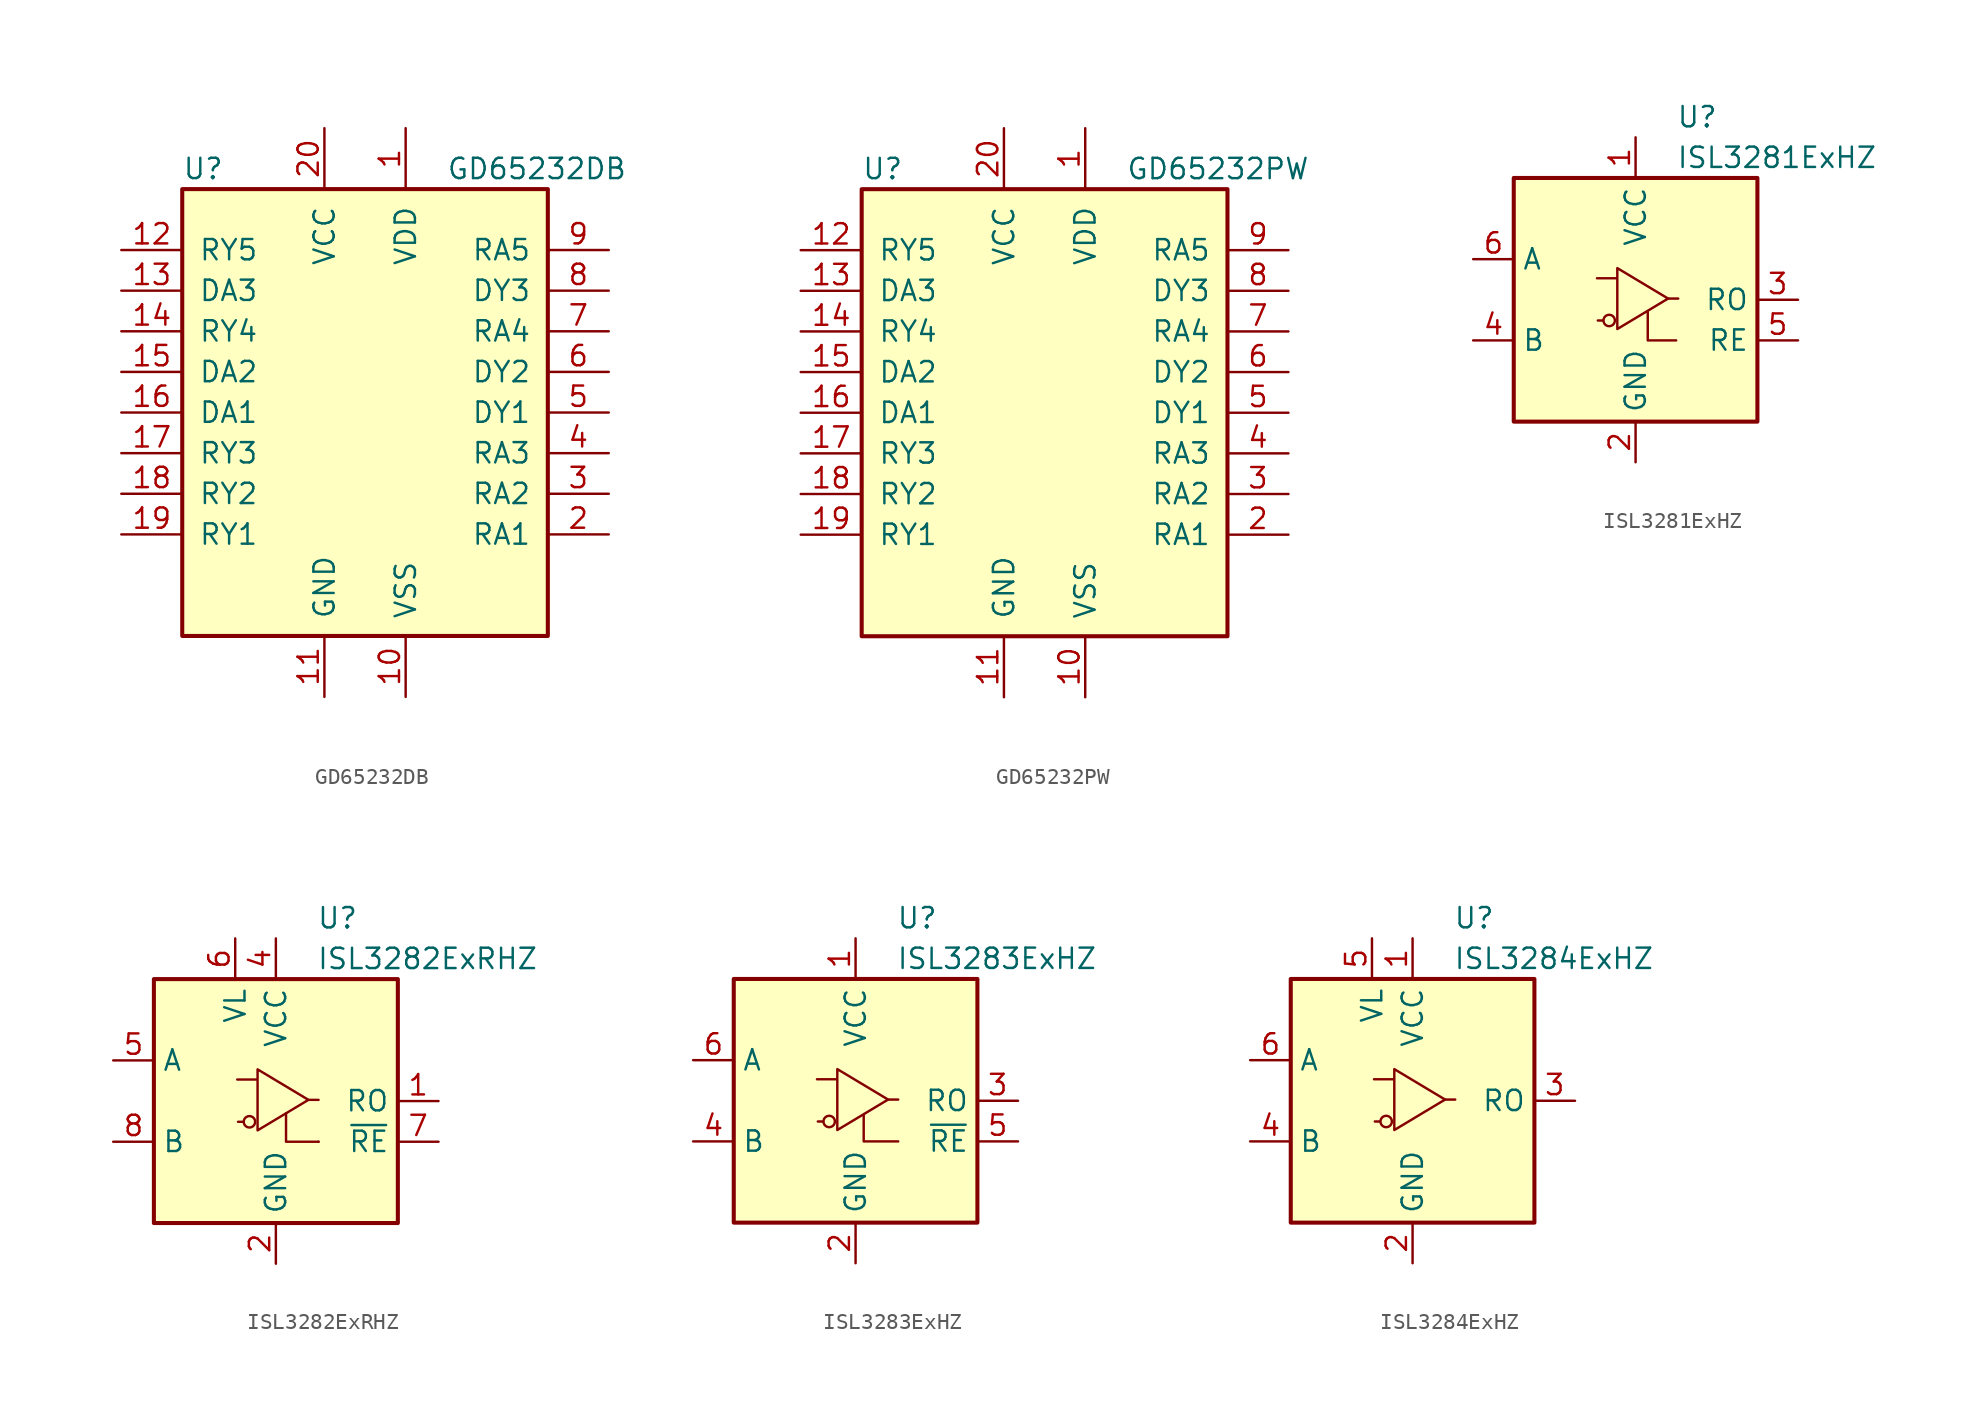
<source format=kicad_sym>
(kicad_symbol_lib
  (version 20201005)
  (generator kicad_symbol_editor)
  (symbol "Interface_UART:GD65232DB"
    (pin_names
      (offset 1.016))
    (property "Reference" "U"
      (at -11.43 15.24 0)
      (effects (font (size 1.27 1.27)) (justify left)))
    (property "Value" "GD65232DB"
      (at 5.08 15.24 0)
      (effects (font (size 1.27 1.27)) (justify left)))
    (symbol "GD65232DB_0_1"
      (rectangle (start -11.43 13.97) (end 11.43 -13.97) (stroke (width 0.254)) (fill (type background))))
    (symbol "GD65232DB_1_1"
      (pin power_in line (at 2.54 17.78 270) (length 3.81) (name "VDD" (effects (font (size 1.27 1.27)))) (number "1" (effects (font (size 1.27 1.27)))))
      (pin power_in line (at 2.54 -17.78 90) (length 3.81) (name "VSS" (effects (font (size 1.27 1.27)))) (number "10" (effects (font (size 1.27 1.27)))))
      (pin power_in line (at -2.54 -17.78 90) (length 3.81) (name "GND" (effects (font (size 1.27 1.27)))) (number "11" (effects (font (size 1.27 1.27)))))
      (pin output line (at -15.24 10.16 0) (length 3.81) (name "RY5" (effects (font (size 1.27 1.27)))) (number "12" (effects (font (size 1.27 1.27)))))
      (pin input line (at -15.24 7.62 0) (length 3.81) (name "DA3" (effects (font (size 1.27 1.27)))) (number "13" (effects (font (size 1.27 1.27)))))
      (pin output line (at -15.24 5.08 0) (length 3.81) (name "RY4" (effects (font (size 1.27 1.27)))) (number "14" (effects (font (size 1.27 1.27)))))
      (pin input line (at -15.24 2.54 0) (length 3.81) (name "DA2" (effects (font (size 1.27 1.27)))) (number "15" (effects (font (size 1.27 1.27)))))
      (pin input line (at -15.24 0 0) (length 3.81) (name "DA1" (effects (font (size 1.27 1.27)))) (number "16" (effects (font (size 1.27 1.27)))))
      (pin output line (at -15.24 -2.54 0) (length 3.81) (name "RY3" (effects (font (size 1.27 1.27)))) (number "17" (effects (font (size 1.27 1.27)))))
      (pin output line (at -15.24 -5.08 0) (length 3.81) (name "RY2" (effects (font (size 1.27 1.27)))) (number "18" (effects (font (size 1.27 1.27)))))
      (pin output line (at -15.24 -7.62 0) (length 3.81) (name "RY1" (effects (font (size 1.27 1.27)))) (number "19" (effects (font (size 1.27 1.27)))))
      (pin input line (at 15.24 -7.62 180) (length 3.81) (name "RA1" (effects (font (size 1.27 1.27)))) (number "2" (effects (font (size 1.27 1.27)))))
      (pin power_in line (at -2.54 17.78 270) (length 3.81) (name "VCC" (effects (font (size 1.27 1.27)))) (number "20" (effects (font (size 1.27 1.27)))))
      (pin input line (at 15.24 -5.08 180) (length 3.81) (name "RA2" (effects (font (size 1.27 1.27)))) (number "3" (effects (font (size 1.27 1.27)))))
      (pin input line (at 15.24 -2.54 180) (length 3.81) (name "RA3" (effects (font (size 1.27 1.27)))) (number "4" (effects (font (size 1.27 1.27)))))
      (pin output line (at 15.24 0 180) (length 3.81) (name "DY1" (effects (font (size 1.27 1.27)))) (number "5" (effects (font (size 1.27 1.27)))))
      (pin output line (at 15.24 2.54 180) (length 3.81) (name "DY2" (effects (font (size 1.27 1.27)))) (number "6" (effects (font (size 1.27 1.27)))))
      (pin input line (at 15.24 5.08 180) (length 3.81) (name "RA4" (effects (font (size 1.27 1.27)))) (number "7" (effects (font (size 1.27 1.27)))))
      (pin output line (at 15.24 7.62 180) (length 3.81) (name "DY3" (effects (font (size 1.27 1.27)))) (number "8" (effects (font (size 1.27 1.27)))))
      (pin input line (at 15.24 10.16 180) (length 3.81) (name "RA5" (effects (font (size 1.27 1.27)))) (number "9" (effects (font (size 1.27 1.27)))))))
  (symbol "Interface_UART:GD65232PW"
    (pin_names
      (offset 1.016))
    (property "Reference" "U"
      (at -11.43 15.24 0)
      (effects (font (size 1.27 1.27)) (justify left)))
    (property "Value" "GD65232PW"
      (at 5.08 15.24 0)
      (effects (font (size 1.27 1.27)) (justify left)))
    (symbol "GD65232PW_0_1"
      (rectangle (start -11.43 13.97) (end 11.43 -13.97) (stroke (width 0.254)) (fill (type background))))
    (symbol "GD65232PW_1_1"
      (pin power_in line (at 2.54 17.78 270) (length 3.81) (name "VDD" (effects (font (size 1.27 1.27)))) (number "1" (effects (font (size 1.27 1.27)))))
      (pin power_in line (at 2.54 -17.78 90) (length 3.81) (name "VSS" (effects (font (size 1.27 1.27)))) (number "10" (effects (font (size 1.27 1.27)))))
      (pin power_in line (at -2.54 -17.78 90) (length 3.81) (name "GND" (effects (font (size 1.27 1.27)))) (number "11" (effects (font (size 1.27 1.27)))))
      (pin output line (at -15.24 10.16 0) (length 3.81) (name "RY5" (effects (font (size 1.27 1.27)))) (number "12" (effects (font (size 1.27 1.27)))))
      (pin input line (at -15.24 7.62 0) (length 3.81) (name "DA3" (effects (font (size 1.27 1.27)))) (number "13" (effects (font (size 1.27 1.27)))))
      (pin output line (at -15.24 5.08 0) (length 3.81) (name "RY4" (effects (font (size 1.27 1.27)))) (number "14" (effects (font (size 1.27 1.27)))))
      (pin input line (at -15.24 2.54 0) (length 3.81) (name "DA2" (effects (font (size 1.27 1.27)))) (number "15" (effects (font (size 1.27 1.27)))))
      (pin input line (at -15.24 0 0) (length 3.81) (name "DA1" (effects (font (size 1.27 1.27)))) (number "16" (effects (font (size 1.27 1.27)))))
      (pin output line (at -15.24 -2.54 0) (length 3.81) (name "RY3" (effects (font (size 1.27 1.27)))) (number "17" (effects (font (size 1.27 1.27)))))
      (pin output line (at -15.24 -5.08 0) (length 3.81) (name "RY2" (effects (font (size 1.27 1.27)))) (number "18" (effects (font (size 1.27 1.27)))))
      (pin output line (at -15.24 -7.62 0) (length 3.81) (name "RY1" (effects (font (size 1.27 1.27)))) (number "19" (effects (font (size 1.27 1.27)))))
      (pin input line (at 15.24 -7.62 180) (length 3.81) (name "RA1" (effects (font (size 1.27 1.27)))) (number "2" (effects (font (size 1.27 1.27)))))
      (pin power_in line (at -2.54 17.78 270) (length 3.81) (name "VCC" (effects (font (size 1.27 1.27)))) (number "20" (effects (font (size 1.27 1.27)))))
      (pin input line (at 15.24 -5.08 180) (length 3.81) (name "RA2" (effects (font (size 1.27 1.27)))) (number "3" (effects (font (size 1.27 1.27)))))
      (pin input line (at 15.24 -2.54 180) (length 3.81) (name "RA3" (effects (font (size 1.27 1.27)))) (number "4" (effects (font (size 1.27 1.27)))))
      (pin output line (at 15.24 0 180) (length 3.81) (name "DY1" (effects (font (size 1.27 1.27)))) (number "5" (effects (font (size 1.27 1.27)))))
      (pin output line (at 15.24 2.54 180) (length 3.81) (name "DY2" (effects (font (size 1.27 1.27)))) (number "6" (effects (font (size 1.27 1.27)))))
      (pin input line (at 15.24 5.08 180) (length 3.81) (name "RA4" (effects (font (size 1.27 1.27)))) (number "7" (effects (font (size 1.27 1.27)))))
      (pin output line (at 15.24 7.62 180) (length 3.81) (name "DY3" (effects (font (size 1.27 1.27)))) (number "8" (effects (font (size 1.27 1.27)))))
      (pin input line (at 15.24 10.16 180) (length 3.81) (name "RA5" (effects (font (size 1.27 1.27)))) (number "9" (effects (font (size 1.27 1.27)))))))
  (symbol "Interface_UART:ISL3281ExHZ"
    (property "Reference" "U"
      (at 2.54 11.43 0)
      (effects (font (size 1.27 1.27)) (justify left)))
    (property "Value" "ISL3281ExHZ"
      (at 2.54 8.89 0)
      (effects (font (size 1.27 1.27)) (justify left)))
    (symbol "ISL3281ExHZ_0_1"
      (rectangle (start 7.62 7.62) (end -7.62 -7.62) (stroke (width 0.254)) (fill (type background)))
      (polyline (pts (xy 0.762 -0.762) (xy 0.762 -2.54) (xy 2.54 -2.54)) (stroke (width 0)) (fill (type none))))
    (symbol "ISL3281ExHZ_1_1"
      (circle (center -1.651 -1.295) (radius 0.356) (stroke (width 0)) (fill (type none)))
      (polyline (pts (xy -2.057 -1.295) (xy -2.362 -1.295)) (stroke (width 0)) (fill (type none)))
      (polyline (pts (xy 2.032 0.076) (xy 2.667 0.076)) (stroke (width 0)) (fill (type none)))
      (polyline (pts (xy -1.143 1.981) (xy -1.143 -1.829) (xy 2.032 0.076) (xy -1.143 1.981) (xy -1.143 1.346) (xy -2.413 1.346)) (stroke (width 0)) (fill (type none)))
      (pin power_in line (at 0 10.16 270) (length 2.54) (name "VCC" (effects (font (size 1.27 1.27)))) (number "1" (effects (font (size 1.27 1.27)))))
      (pin power_in line (at 0 -10.16 90) (length 2.54) (name "GND" (effects (font (size 1.27 1.27)))) (number "2" (effects (font (size 1.27 1.27)))))
      (pin output line (at 10.16 0 180) (length 2.54) (name "RO" (effects (font (size 1.27 1.27)))) (number "3" (effects (font (size 1.27 1.27)))))
      (pin input line (at -10.16 -2.54 0) (length 2.54) (name "B" (effects (font (size 1.27 1.27)))) (number "4" (effects (font (size 1.27 1.27)))))
      (pin input line (at 10.16 -2.54 180) (length 2.54) (name "RE" (effects (font (size 1.27 1.27)))) (number "5" (effects (font (size 1.27 1.27)))))
      (pin input line (at -10.16 2.54 0) (length 2.54) (name "A" (effects (font (size 1.27 1.27)))) (number "6" (effects (font (size 1.27 1.27)))))))
  (symbol "Interface_UART:ISL3282ExRHZ"
    (property "Reference" "U"
      (at 2.54 11.43 0)
      (effects (font (size 1.27 1.27)) (justify left)))
    (property "Value" "ISL3282ExRHZ"
      (at 2.54 8.89 0)
      (effects (font (size 1.27 1.27)) (justify left)))
    (symbol "ISL3282ExRHZ_0_1"
      (rectangle (start 7.62 7.62) (end -7.62 -7.62) (stroke (width 0.254)) (fill (type background)))
      (polyline (pts (xy 2.667 -2.54) (xy 2.667 -2.54)) (stroke (width 0)) (fill (type none)))
      (polyline (pts (xy 0.635 -0.762) (xy 0.635 -2.54) (xy 2.667 -2.54)) (stroke (width 0)) (fill (type none))))
    (symbol "ISL3282ExRHZ_1_1"
      (circle (center -1.651 -1.295) (radius 0.356) (stroke (width 0)) (fill (type none)))
      (polyline (pts (xy -2.057 -1.295) (xy -2.362 -1.295)) (stroke (width 0)) (fill (type none)))
      (polyline (pts (xy 2.032 0.076) (xy 2.667 0.076)) (stroke (width 0)) (fill (type none)))
      (polyline (pts (xy -1.143 1.981) (xy -1.143 -1.829) (xy 2.032 0.076) (xy -1.143 1.981) (xy -1.143 1.346) (xy -2.413 1.346)) (stroke (width 0)) (fill (type none)))
      (pin output line (at 10.16 0 180) (length 2.54) (name "RO" (effects (font (size 1.27 1.27)))) (number "1" (effects (font (size 1.27 1.27)))))
      (pin power_in line (at 0 -10.16 90) (length 2.54) (name "GND" (effects (font (size 1.27 1.27)))) (number "2" (effects (font (size 1.27 1.27)))))
      (pin no_connect line (at -7.62 -5.08 0) (length 2.54) hide (name "NC" (effects (font (size 1.27 1.27)))) (number "3" (effects (font (size 1.27 1.27)))))
      (pin power_in line (at 0 10.16 270) (length 2.54) (name "VCC" (effects (font (size 1.27 1.27)))) (number "4" (effects (font (size 1.27 1.27)))))
      (pin input line (at -10.16 2.54 0) (length 2.54) (name "A" (effects (font (size 1.27 1.27)))) (number "5" (effects (font (size 1.27 1.27)))))
      (pin power_in line (at -2.54 10.16 270) (length 2.54) (name "VL" (effects (font (size 1.27 1.27)))) (number "6" (effects (font (size 1.27 1.27)))))
      (pin input line (at 10.16 -2.54 180) (length 2.54) (name "~RE" (effects (font (size 1.27 1.27)))) (number "7" (effects (font (size 1.27 1.27)))))
      (pin input line (at -10.16 -2.54 0) (length 2.54) (name "B" (effects (font (size 1.27 1.27)))) (number "8" (effects (font (size 1.27 1.27)))))
      (pin passive line (at 0 -10.16 90) (length 2.54) hide (name "GND" (effects (font (size 1.27 1.27)))) (number "9" (effects (font (size 1.27 1.27)))))))
  (symbol "Interface_UART:ISL3283ExHZ"
    (property "Reference" "U"
      (at 2.54 11.43 0)
      (effects (font (size 1.27 1.27)) (justify left)))
    (property "Value" "ISL3283ExHZ"
      (at 2.54 8.89 0)
      (effects (font (size 1.27 1.27)) (justify left)))
    (symbol "ISL3283ExHZ_0_1"
      (rectangle (start 7.62 7.62) (end -7.62 -7.62) (stroke (width 0.254)) (fill (type background)))
      (polyline (pts (xy 0.508 -0.889) (xy 0.508 -2.54) (xy 2.667 -2.54)) (stroke (width 0)) (fill (type none))))
    (symbol "ISL3283ExHZ_1_1"
      (circle (center -1.651 -1.295) (radius 0.356) (stroke (width 0)) (fill (type none)))
      (polyline (pts (xy -2.057 -1.295) (xy -2.362 -1.295)) (stroke (width 0)) (fill (type none)))
      (polyline (pts (xy 2.032 0.076) (xy 2.667 0.076)) (stroke (width 0)) (fill (type none)))
      (polyline (pts (xy -1.143 1.981) (xy -1.143 -1.829) (xy 2.032 0.076) (xy -1.143 1.981) (xy -1.143 1.346) (xy -2.413 1.346)) (stroke (width 0)) (fill (type none)))
      (pin power_in line (at 0 10.16 270) (length 2.54) (name "VCC" (effects (font (size 1.27 1.27)))) (number "1" (effects (font (size 1.27 1.27)))))
      (pin power_in line (at 0 -10.16 90) (length 2.54) (name "GND" (effects (font (size 1.27 1.27)))) (number "2" (effects (font (size 1.27 1.27)))))
      (pin output line (at 10.16 0 180) (length 2.54) (name "RO" (effects (font (size 1.27 1.27)))) (number "3" (effects (font (size 1.27 1.27)))))
      (pin input line (at -10.16 -2.54 0) (length 2.54) (name "B" (effects (font (size 1.27 1.27)))) (number "4" (effects (font (size 1.27 1.27)))))
      (pin input line (at 10.16 -2.54 180) (length 2.54) (name "~RE" (effects (font (size 1.27 1.27)))) (number "5" (effects (font (size 1.27 1.27)))))
      (pin input line (at -10.16 2.54 0) (length 2.54) (name "A" (effects (font (size 1.27 1.27)))) (number "6" (effects (font (size 1.27 1.27)))))))
  (symbol "Interface_UART:ISL3284ExHZ"
    (property "Reference" "U"
      (at 2.54 11.43 0)
      (effects (font (size 1.27 1.27)) (justify left)))
    (property "Value" "ISL3284ExHZ"
      (at 2.54 8.89 0)
      (effects (font (size 1.27 1.27)) (justify left)))
    (symbol "ISL3284ExHZ_0_1"
      (rectangle (start 7.62 7.62) (end -7.62 -7.62) (stroke (width 0.254)) (fill (type background))))
    (symbol "ISL3284ExHZ_1_1"
      (circle (center -1.651 -1.295) (radius 0.356) (stroke (width 0)) (fill (type none)))
      (polyline (pts (xy -2.057 -1.295) (xy -2.362 -1.295)) (stroke (width 0)) (fill (type none)))
      (polyline (pts (xy 2.032 0.076) (xy 2.667 0.076)) (stroke (width 0)) (fill (type none)))
      (polyline (pts (xy -1.143 1.981) (xy -1.143 -1.829) (xy 2.032 0.076) (xy -1.143 1.981) (xy -1.143 1.346) (xy -2.413 1.346)) (stroke (width 0)) (fill (type none)))
      (pin power_in line (at 0 10.16 270) (length 2.54) (name "VCC" (effects (font (size 1.27 1.27)))) (number "1" (effects (font (size 1.27 1.27)))))
      (pin power_in line (at 0 -10.16 90) (length 2.54) (name "GND" (effects (font (size 1.27 1.27)))) (number "2" (effects (font (size 1.27 1.27)))))
      (pin output line (at 10.16 0 180) (length 2.54) (name "RO" (effects (font (size 1.27 1.27)))) (number "3" (effects (font (size 1.27 1.27)))))
      (pin input line (at -10.16 -2.54 0) (length 2.54) (name "B" (effects (font (size 1.27 1.27)))) (number "4" (effects (font (size 1.27 1.27)))))
      (pin power_in line (at -2.54 10.16 270) (length 2.54) (name "VL" (effects (font (size 1.27 1.27)))) (number "5" (effects (font (size 1.27 1.27)))))
      (pin input line (at -10.16 2.54 0) (length 2.54) (name "A" (effects (font (size 1.27 1.27)))) (number "6" (effects (font (size 1.27 1.27))))))))
</source>
